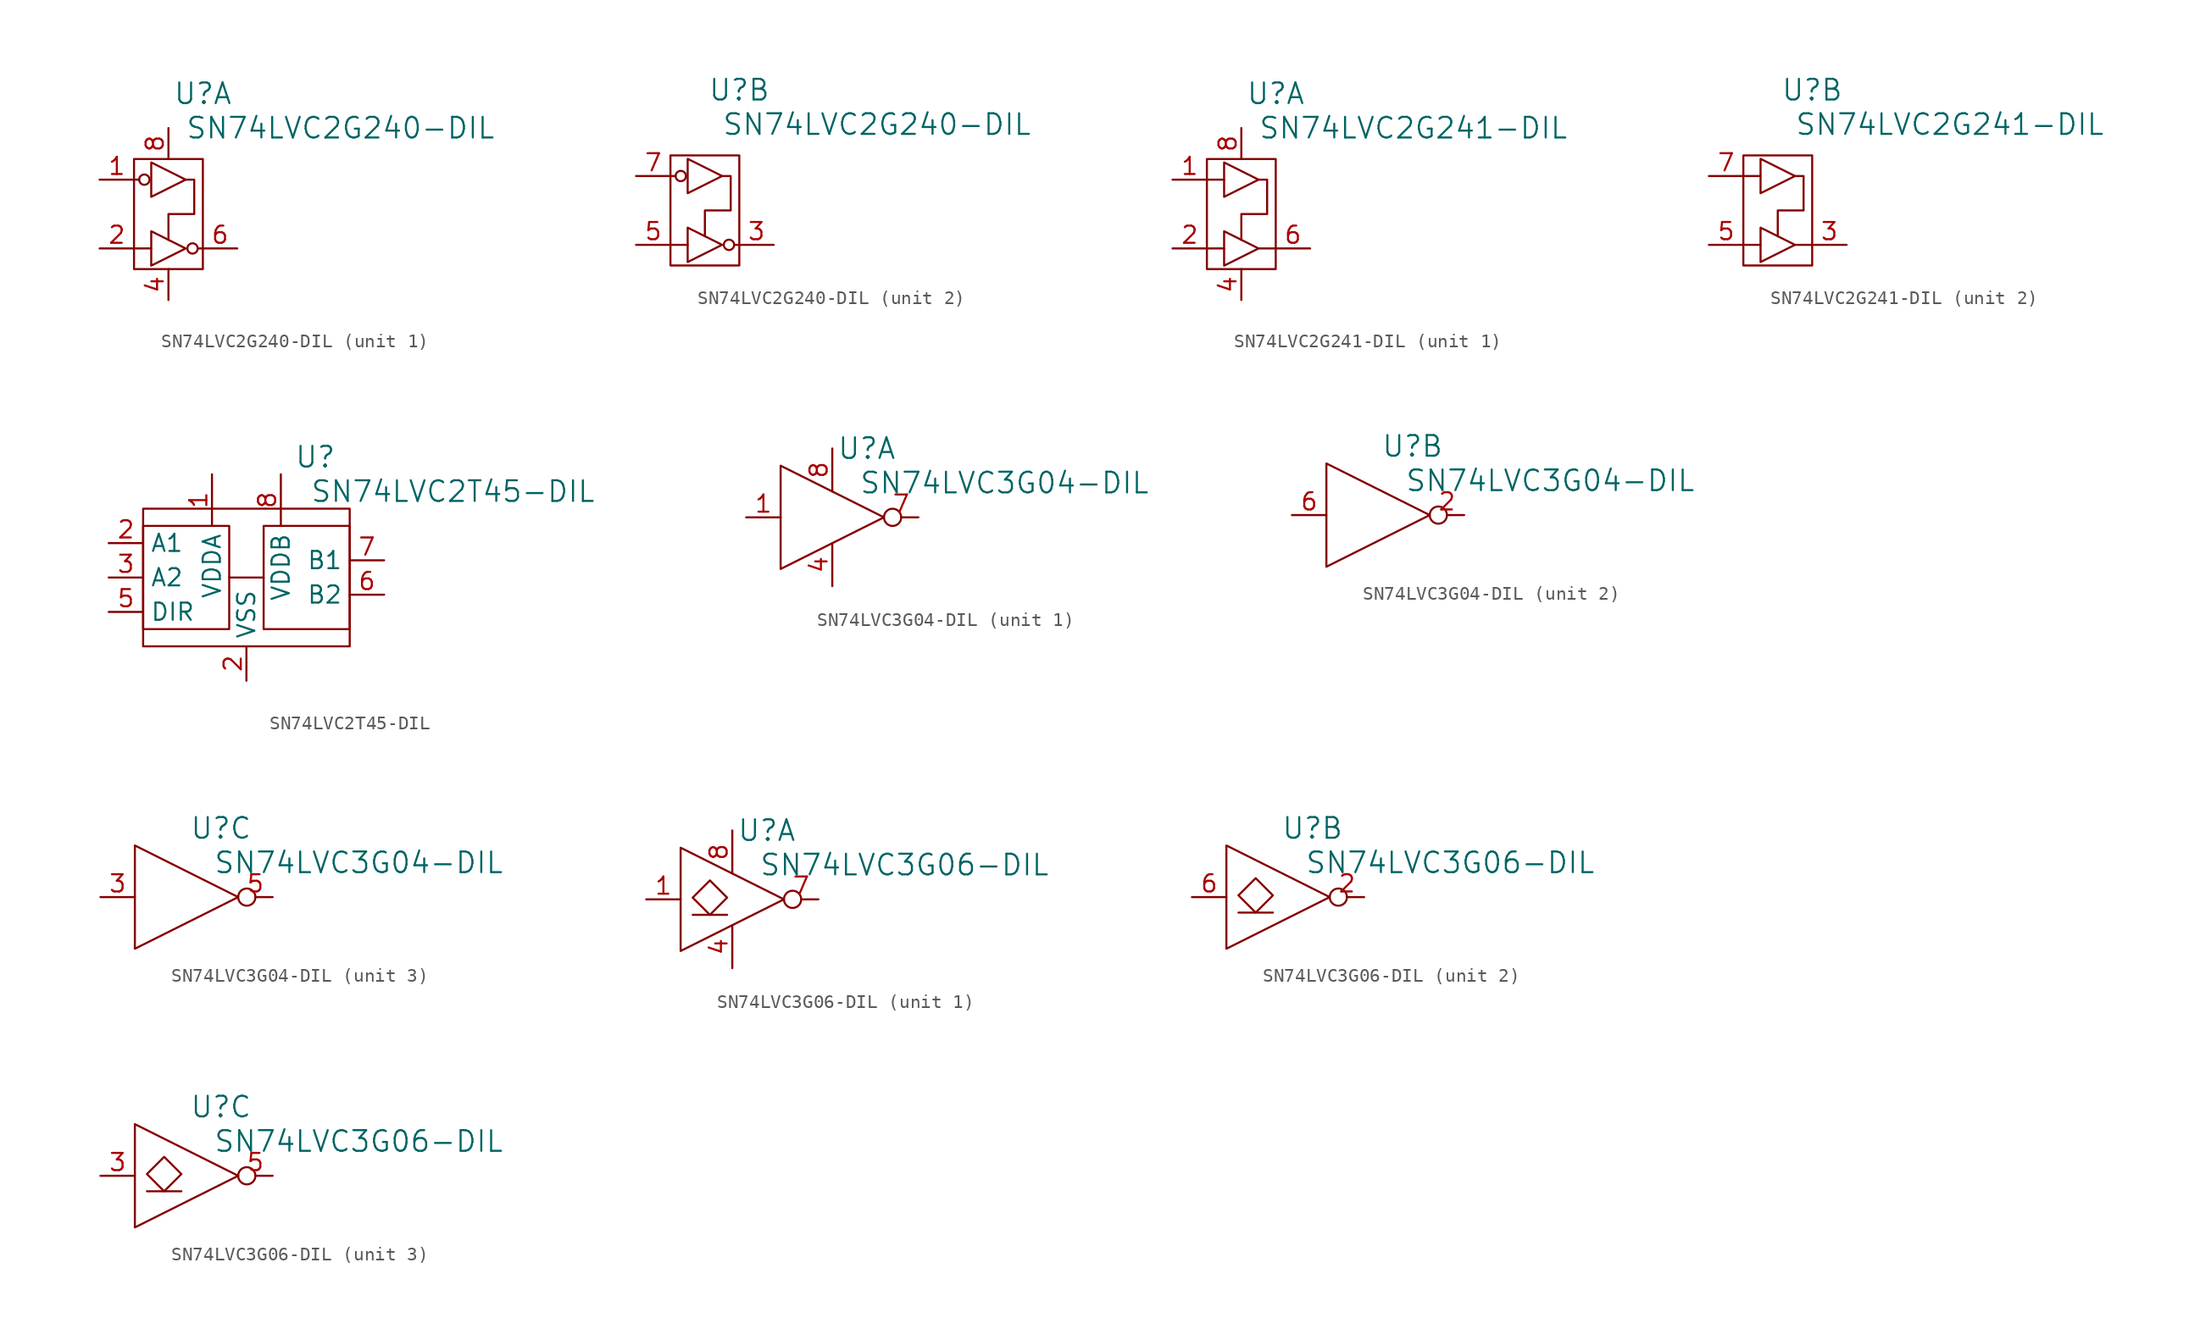
<source format=kicad_sym>
(kicad_symbol_lib
  (version 20220914)
  (generator kicad_symbol_editor)
  (symbol "SN74LVC2G240-DIL"
    (pin_names
      (offset 1.016) hide)
    (property "Reference" "U"
      (at 2.54 8.89 0)
      (effects (font (size 1.524 1.524))))
    (property "Value" "SN74LVC2G240-DIL"
      (at 12.7 6.35 0)
      (effects (font (size 1.524 1.524))))
    (property "Footprint" ""
      (at 0 0 0)
      (effects (font (size 1.524 1.524))))
    (property "Datasheet" ""
      (at 0 0 0)
      (effects (font (size 1.524 1.524))))
    (property "ki_locked" ""
      (at 0 0 0)
      (effects (font (size 1.27 1.27))))
    (symbol "SN74LVC2G240-DIL_0_0"
      (circle (center -1.778 2.54) (radius 0.381) (stroke (width 0) (type solid)) (fill (type none)))
      (polyline (pts (xy -2.54 -2.54) (xy -1.27 -2.54)) (stroke (width 0) (type solid)) (fill (type none)))
      (polyline (pts (xy -2.159 2.54) (xy -2.54 2.54)) (stroke (width 0) (type solid)) (fill (type none)))
      (polyline (pts (xy 2.159 -2.54) (xy 2.54 -2.54)) (stroke (width 0) (type solid)) (fill (type none)))
      (polyline (pts (xy 1.27 2.54) (xy 1.905 2.54) (xy 1.905 0) (xy 0 0) (xy 0 -1.905)) (stroke (width 0) (type solid)) (fill (type none)))
      (circle (center 1.778 -2.54) (radius 0.381) (stroke (width 0) (type solid)) (fill (type none))))
    (symbol "SN74LVC2G240-DIL_0_1"
      (rectangle (start -2.54 -4.064) (end 2.54 4.064) (stroke (width 0) (type solid)) (fill (type none)))
      (polyline (pts (xy -1.27 -1.27) (xy 1.27 -2.54) (xy -1.27 -3.81) (xy -1.27 -1.27)) (stroke (width 0) (type solid)) (fill (type none)))
      (polyline (pts (xy -1.27 3.81) (xy 1.27 2.54) (xy -1.27 1.27) (xy -1.27 3.81)) (stroke (width 0) (type solid)) (fill (type none))))
    (symbol "SN74LVC2G240-DIL_1_1"
      (pin passive line (at -5.08 2.54 0) (length 2.54) (name "~{1OE}" (effects (font (size 1.27 1.27)))) (number "1" (effects (font (size 1.27 1.27)))))
      (pin passive line (at -5.08 -2.54 0) (length 2.54) (name "1A" (effects (font (size 1.27 1.27)))) (number "2" (effects (font (size 1.27 1.27)))))
      (pin passive line (at 0 -6.35 90) (length 2.286) (name "VSS" (effects (font (size 1.27 1.27)))) (number "4" (effects (font (size 1.27 1.27)))))
      (pin passive line (at 5.08 -2.54 180) (length 2.54) (name "1Y" (effects (font (size 1.27 1.27)))) (number "6" (effects (font (size 1.27 1.27)))))
      (pin passive line (at 0 6.35 270) (length 2.286) (name "VDD" (effects (font (size 1.27 1.27)))) (number "8" (effects (font (size 1.27 1.27))))))
    (symbol "SN74LVC2G240-DIL_2_1"
      (pin passive line (at 5.08 -2.54 180) (length 2.54) (name "2Y" (effects (font (size 1.27 1.27)))) (number "3" (effects (font (size 1.27 1.27)))))
      (pin passive line (at -5.08 -2.54 0) (length 2.54) (name "2A" (effects (font (size 1.27 1.27)))) (number "5" (effects (font (size 1.27 1.27)))))
      (pin passive line (at -5.08 2.54 0) (length 2.54) (name "~{2OE}" (effects (font (size 1.27 1.27)))) (number "7" (effects (font (size 1.27 1.27)))))))
  (symbol "SN74LVC2G241-DIL"
    (pin_names
      (offset 1.016) hide)
    (property "Reference" "U"
      (at 2.54 8.89 0)
      (effects (font (size 1.524 1.524))))
    (property "Value" "SN74LVC2G241-DIL"
      (at 12.7 6.35 0)
      (effects (font (size 1.524 1.524))))
    (property "Footprint" ""
      (at 0 0 0)
      (effects (font (size 1.524 1.524))))
    (property "Datasheet" ""
      (at 0 0 0)
      (effects (font (size 1.524 1.524))))
    (property "ki_locked" ""
      (at 0 0 0)
      (effects (font (size 1.27 1.27))))
    (symbol "SN74LVC2G241-DIL_0_0"
      (polyline (pts (xy -2.54 -2.54) (xy -1.27 -2.54)) (stroke (width 0) (type solid)) (fill (type none)))
      (polyline (pts (xy -1.27 2.54) (xy -2.54 2.54)) (stroke (width 0) (type solid)) (fill (type none)))
      (polyline (pts (xy 1.27 -2.54) (xy 2.54 -2.54)) (stroke (width 0) (type solid)) (fill (type none)))
      (polyline (pts (xy 1.27 2.54) (xy 1.905 2.54) (xy 1.905 0) (xy 0 0) (xy 0 -1.905)) (stroke (width 0) (type solid)) (fill (type none))))
    (symbol "SN74LVC2G241-DIL_0_1"
      (rectangle (start -2.54 -4.064) (end 2.54 4.064) (stroke (width 0) (type solid)) (fill (type none)))
      (polyline (pts (xy -1.27 -1.27) (xy 1.27 -2.54) (xy -1.27 -3.81) (xy -1.27 -1.27)) (stroke (width 0) (type solid)) (fill (type none)))
      (polyline (pts (xy -1.27 3.81) (xy 1.27 2.54) (xy -1.27 1.27) (xy -1.27 3.81)) (stroke (width 0) (type solid)) (fill (type none))))
    (symbol "SN74LVC2G241-DIL_1_1"
      (pin passive line (at -5.08 2.54 0) (length 2.54) (name "~{1OE}" (effects (font (size 1.27 1.27)))) (number "1" (effects (font (size 1.27 1.27)))))
      (pin passive line (at -5.08 -2.54 0) (length 2.54) (name "1A" (effects (font (size 1.27 1.27)))) (number "2" (effects (font (size 1.27 1.27)))))
      (pin passive line (at 0 -6.35 90) (length 2.286) (name "VSS" (effects (font (size 1.27 1.27)))) (number "4" (effects (font (size 1.27 1.27)))))
      (pin passive line (at 5.08 -2.54 180) (length 2.54) (name "1Y" (effects (font (size 1.27 1.27)))) (number "6" (effects (font (size 1.27 1.27)))))
      (pin passive line (at 0 6.35 270) (length 2.286) (name "VDD" (effects (font (size 1.27 1.27)))) (number "8" (effects (font (size 1.27 1.27))))))
    (symbol "SN74LVC2G241-DIL_2_1"
      (pin passive line (at 5.08 -2.54 180) (length 2.54) (name "2Y" (effects (font (size 1.27 1.27)))) (number "3" (effects (font (size 1.27 1.27)))))
      (pin passive line (at -5.08 -2.54 0) (length 2.54) (name "2A" (effects (font (size 1.27 1.27)))) (number "5" (effects (font (size 1.27 1.27)))))
      (pin passive line (at -5.08 2.54 0) (length 2.54) (name "2OE" (effects (font (size 1.27 1.27)))) (number "7" (effects (font (size 1.27 1.27)))))))
  (symbol "SN74LVC2T45-DIL"
    (property "Reference" "U"
      (at 5.08 8.89 0)
      (effects (font (size 1.524 1.524))))
    (property "Value" "SN74LVC2T45-DIL"
      (at 15.24 6.35 0)
      (effects (font (size 1.524 1.524))))
    (property "Footprint" ""
      (at 0 0 0)
      (effects (font (size 1.524 1.524))))
    (property "Datasheet" ""
      (at 0 0 0)
      (effects (font (size 1.524 1.524))))
    (symbol "SN74LVC2T45-DIL_0_0"
      (rectangle (start -7.62 3.81) (end -1.27 -3.81) (stroke (width 0) (type solid)) (fill (type none)))
      (polyline (pts (xy -1.27 0) (xy 1.27 0)) (stroke (width 0) (type solid)) (fill (type none)))
      (rectangle (start 1.27 3.81) (end 7.62 -3.81) (stroke (width 0) (type solid)) (fill (type none)))
      (rectangle (start 7.62 5.08) (end -7.62 -5.08) (stroke (width 0) (type solid)) (fill (type none))))
    (symbol "SN74LVC2T45-DIL_1_1"
      (pin passive line (at -2.54 7.62 270) (length 3.81) (name "VDDA" (effects (font (size 1.27 1.27)))) (number "1" (effects (font (size 1.27 1.27)))))
      (pin passive line (at -10.16 2.54 0) (length 2.54) (name "A1" (effects (font (size 1.27 1.27)))) (number "2" (effects (font (size 1.27 1.27)))))
      (pin passive line (at 0 -7.62 90) (length 2.54) (name "VSS" (effects (font (size 1.27 1.27)))) (number "2" (effects (font (size 1.27 1.27)))))
      (pin passive line (at -10.16 0 0) (length 2.54) (name "A2" (effects (font (size 1.27 1.27)))) (number "3" (effects (font (size 1.27 1.27)))))
      (pin passive line (at -10.16 -2.54 0) (length 2.54) (name "DIR" (effects (font (size 1.27 1.27)))) (number "5" (effects (font (size 1.27 1.27)))))
      (pin passive line (at 10.16 -1.27 180) (length 2.54) (name "B2" (effects (font (size 1.27 1.27)))) (number "6" (effects (font (size 1.27 1.27)))))
      (pin passive line (at 10.16 1.27 180) (length 2.54) (name "B1" (effects (font (size 1.27 1.27)))) (number "7" (effects (font (size 1.27 1.27)))))
      (pin passive line (at 2.54 7.62 270) (length 3.81) (name "VDDB" (effects (font (size 1.27 1.27)))) (number "8" (effects (font (size 1.27 1.27)))))))
  (symbol "SN74LVC3G04-DIL"
    (pin_names
      (offset 1.016) hide)
    (property "Reference" "U"
      (at 2.54 5.08 0)
      (effects (font (size 1.524 1.524))))
    (property "Value" "SN74LVC3G04-DIL"
      (at 12.7 2.54 0)
      (effects (font (size 1.524 1.524))))
    (property "Footprint" ""
      (at 0 0 0)
      (effects (font (size 1.524 1.524))))
    (property "Datasheet" ""
      (at 0 0 0)
      (effects (font (size 1.524 1.524))))
    (property "ki_locked" ""
      (at 0 0 0)
      (effects (font (size 1.27 1.27))))
    (symbol "SN74LVC3G04-DIL_0_1"
      (polyline (pts (xy -3.81 3.81) (xy -3.81 -3.81) (xy 3.81 0) (xy -3.81 3.81) (xy -3.81 3.81)) (stroke (width 0) (type solid)) (fill (type none))))
    (symbol "SN74LVC3G04-DIL_1_1"
      (pin passive line (at -6.35 0 0) (length 2.54) (name "1A" (effects (font (size 1.27 1.27)))) (number "1" (effects (font (size 1.27 1.27)))))
      (pin passive line (at 0 -5.08 90) (length 3.175) (name "VSS" (effects (font (size 1.27 1.27)))) (number "4" (effects (font (size 1.27 1.27)))))
      (pin passive inverted (at 6.35 0 180) (length 2.54) (name "1Y" (effects (font (size 1.27 1.27)))) (number "7" (effects (font (size 1.27 1.27)))))
      (pin passive line (at 0 5.08 270) (length 3.175) (name "VDD" (effects (font (size 1.27 1.27)))) (number "8" (effects (font (size 1.27 1.27))))))
    (symbol "SN74LVC3G04-DIL_2_1"
      (pin passive inverted (at 6.35 0 180) (length 2.54) (name "2Y" (effects (font (size 1.27 1.27)))) (number "2" (effects (font (size 1.27 1.27)))))
      (pin passive line (at -6.35 0 0) (length 2.54) (name "2A" (effects (font (size 1.27 1.27)))) (number "6" (effects (font (size 1.27 1.27))))))
    (symbol "SN74LVC3G04-DIL_3_1"
      (pin passive line (at -6.35 0 0) (length 2.54) (name "3A" (effects (font (size 1.27 1.27)))) (number "3" (effects (font (size 1.27 1.27)))))
      (pin passive inverted (at 6.35 0 180) (length 2.54) (name "3Y" (effects (font (size 1.27 1.27)))) (number "5" (effects (font (size 1.27 1.27)))))))
  (symbol "SN74LVC3G06-DIL"
    (pin_names
      (offset 1.016) hide)
    (property "Reference" "U"
      (at 2.54 5.08 0)
      (effects (font (size 1.524 1.524))))
    (property "Value" "SN74LVC3G06-DIL"
      (at 12.7 2.54 0)
      (effects (font (size 1.524 1.524))))
    (property "Footprint" ""
      (at 0 0 0)
      (effects (font (size 1.524 1.524))))
    (property "Datasheet" ""
      (at 0 0 0)
      (effects (font (size 1.524 1.524))))
    (property "ki_locked" ""
      (at 0 0 0)
      (effects (font (size 1.27 1.27))))
    (symbol "SN74LVC3G06-DIL_0_1"
      (polyline (pts (xy -3.81 3.81) (xy -3.81 -3.81) (xy 3.81 0) (xy -3.81 3.81) (xy -3.81 3.81)) (stroke (width 0) (type solid)) (fill (type none))))
    (symbol "SN74LVC3G06-DIL_1_1"
      (polyline (pts (xy -2.921 -1.143) (xy -0.381 -1.143)) (stroke (width 0) (type solid)) (fill (type none)))
      (polyline (pts (xy -2.921 0.127) (xy -1.651 1.397) (xy -0.381 0.127) (xy -1.651 -1.143) (xy -2.921 0.127)) (stroke (width 0) (type solid)) (fill (type none)))
      (pin passive line (at -6.35 0 0) (length 2.54) (name "1A" (effects (font (size 1.27 1.27)))) (number "1" (effects (font (size 1.27 1.27)))))
      (pin passive line (at 0 -5.08 90) (length 3.175) (name "VSS" (effects (font (size 1.27 1.27)))) (number "4" (effects (font (size 1.27 1.27)))))
      (pin passive inverted (at 6.35 0 180) (length 2.54) (name "1Y" (effects (font (size 1.27 1.27)))) (number "7" (effects (font (size 1.27 1.27)))))
      (pin passive line (at 0 5.08 270) (length 3.175) (name "VDD" (effects (font (size 1.27 1.27)))) (number "8" (effects (font (size 1.27 1.27))))))
    (symbol "SN74LVC3G06-DIL_2_1"
      (polyline (pts (xy -2.921 -1.143) (xy -0.381 -1.143)) (stroke (width 0) (type solid)) (fill (type none)))
      (polyline (pts (xy -2.921 0.127) (xy -1.651 1.397) (xy -0.381 0.127) (xy -1.651 -1.143) (xy -2.921 0.127)) (stroke (width 0) (type solid)) (fill (type none)))
      (pin passive inverted (at 6.35 0 180) (length 2.54) (name "2Y" (effects (font (size 1.27 1.27)))) (number "2" (effects (font (size 1.27 1.27)))))
      (pin passive line (at -6.35 0 0) (length 2.54) (name "2A" (effects (font (size 1.27 1.27)))) (number "6" (effects (font (size 1.27 1.27))))))
    (symbol "SN74LVC3G06-DIL_3_1"
      (polyline (pts (xy -2.921 -1.143) (xy -0.381 -1.143)) (stroke (width 0) (type solid)) (fill (type none)))
      (polyline (pts (xy -2.921 0.127) (xy -1.651 1.397) (xy -0.381 0.127) (xy -1.651 -1.143) (xy -2.921 0.127)) (stroke (width 0) (type solid)) (fill (type none)))
      (pin passive line (at -6.35 0 0) (length 2.54) (name "3A" (effects (font (size 1.27 1.27)))) (number "3" (effects (font (size 1.27 1.27)))))
      (pin passive inverted (at 6.35 0 180) (length 2.54) (name "3Y" (effects (font (size 1.27 1.27)))) (number "5" (effects (font (size 1.27 1.27))))))))
</source>
